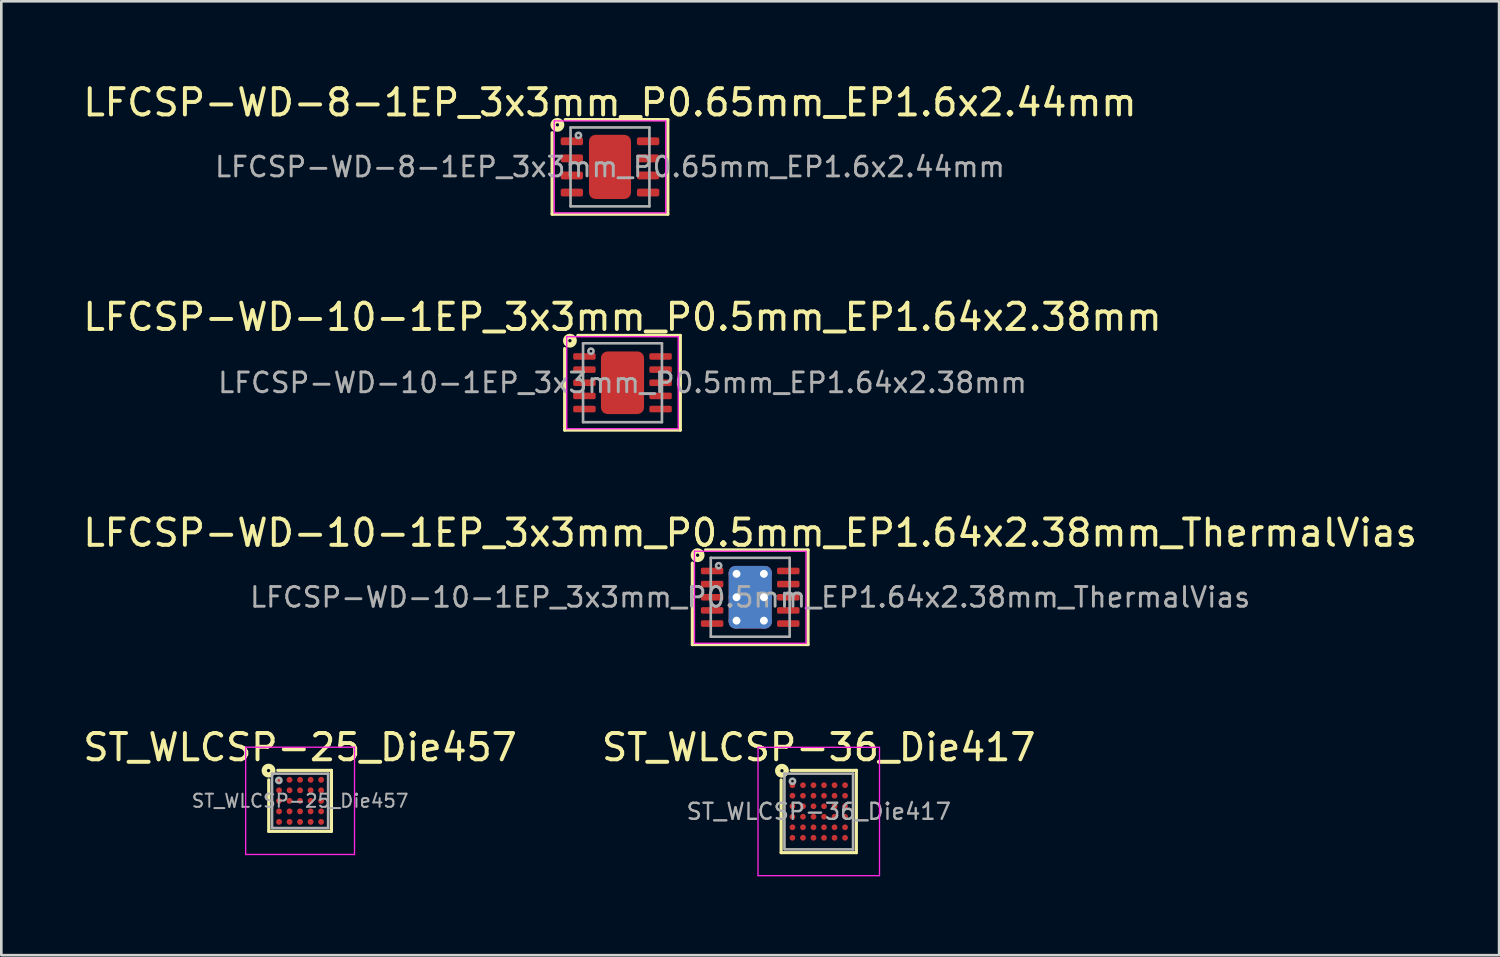
<source format=kicad_pcb>
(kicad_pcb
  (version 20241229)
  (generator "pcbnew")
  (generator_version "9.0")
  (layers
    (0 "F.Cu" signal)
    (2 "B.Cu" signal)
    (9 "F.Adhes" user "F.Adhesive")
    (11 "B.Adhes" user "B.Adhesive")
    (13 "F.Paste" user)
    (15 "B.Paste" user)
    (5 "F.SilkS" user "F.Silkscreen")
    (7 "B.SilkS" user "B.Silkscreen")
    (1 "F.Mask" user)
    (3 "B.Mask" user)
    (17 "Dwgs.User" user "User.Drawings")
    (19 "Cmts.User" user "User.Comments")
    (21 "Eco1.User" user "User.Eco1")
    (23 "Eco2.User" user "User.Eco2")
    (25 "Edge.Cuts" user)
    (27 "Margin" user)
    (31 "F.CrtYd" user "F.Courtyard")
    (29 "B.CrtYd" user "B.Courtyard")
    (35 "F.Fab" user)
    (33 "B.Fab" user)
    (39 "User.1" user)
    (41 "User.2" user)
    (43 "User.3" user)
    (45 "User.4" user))
  (footprint "LFCSP-WD-10-1EP_3x3mm_P0.5mm_EP1.64x2.38mm_ThermalVias"
    (layer "F.Cu")
    (at 25.482 19.665)
    (property "Reference" "LFCSP-WD-10-1EP_3x3mm_P0.5mm_EP1.64x2.38mm_ThermalVias" (at 0 -2.45 0) (layer "F.SilkS") (effects (font (size 1 1) (thickness 0.15))))
    (attr smd)
    (fp_line (start -2.2 1.8) (end -2.2 -1.3) (stroke (width 0.12) (type solid)) (layer "F.SilkS"))
    (fp_line (start 2.2 -1.8) (end -1.7 -1.8) (stroke (width 0.12) (type solid)) (layer "F.SilkS"))
    (fp_line (start 2.2 -1.8) (end 2.2 1.8) (stroke (width 0.12) (type solid)) (layer "F.SilkS"))
    (fp_line (start 2.2 1.8) (end -2.2 1.8) (stroke (width 0.12) (type solid)) (layer "F.SilkS"))
    (fp_circle (center -2 -1.6) (end -1.937 -1.6) (stroke (width 0.2) (type solid)) (fill no) (layer "F.SilkS"))
    (fp_line (start -2.12 -1.75) (end -2.12 1.75) (stroke (width 0.05) (type solid)) (layer "F.CrtYd"))
    (fp_line (start -2.12 1.75) (end 2.12 1.75) (stroke (width 0.05) (type solid)) (layer "F.CrtYd"))
    (fp_line (start 2.12 -1.75) (end -2.12 -1.75) (stroke (width 0.05) (type solid)) (layer "F.CrtYd"))
    (fp_line (start 2.12 1.75) (end 2.12 -1.75) (stroke (width 0.05) (type solid)) (layer "F.CrtYd"))
    (fp_line (start -1.5 -1.5) (end 1.5 -1.5) (stroke (width 0.1) (type solid)) (layer "F.Fab"))
    (fp_line (start -1.5 1.5) (end -1.5 -1.5) (stroke (width 0.1) (type solid)) (layer "F.Fab"))
    (fp_line (start 1.5 -1.5) (end 1.5 1.5) (stroke (width 0.1) (type solid)) (layer "F.Fab"))
    (fp_line (start 1.5 1.5) (end -1.5 1.5) (stroke (width 0.1) (type solid)) (layer "F.Fab"))
    (fp_circle (center -1.2 -1.2) (end -1.1 -1.2) (stroke (width 0.1) (type solid)) (fill no) (layer "F.Fab"))
    (fp_text user "${REFERENCE}" (at 0 0 0) (layer "F.Fab") (effects (font (size 0.75 0.75) (thickness 0.11))))
    (pad "" smd roundrect (at -0.41 -0.79) (size 0.71 0.69) (layers "F.Paste") (roundrect_rratio 0.25))
    (pad "" smd roundrect (at -0.41 0) (size 0.71 0.69) (layers "F.Paste") (roundrect_rratio 0.25))
    (pad "" smd roundrect (at -0.41 0.79) (size 0.71 0.69) (layers "F.Paste") (roundrect_rratio 0.25))
    (pad "" smd roundrect (at 0.41 -0.79) (size 0.71 0.69) (layers "F.Paste") (roundrect_rratio 0.25))
    (pad "" smd roundrect (at 0.41 0) (size 0.71 0.69) (layers "F.Paste") (roundrect_rratio 0.25))
    (pad "" smd roundrect (at 0.41 0.79) (size 0.71 0.69) (layers "F.Paste") (roundrect_rratio 0.25))
    (pad "1" smd roundrect (at -1.448 -1) (size 0.855 0.25) (layers "F.Cu" "F.Mask" "F.Paste") (roundrect_rratio 0.25))
    (pad "2" smd roundrect (at -1.448 -0.5) (size 0.855 0.25) (layers "F.Cu" "F.Mask" "F.Paste") (roundrect_rratio 0.25))
    (pad "3" smd roundrect (at -1.448 0) (size 0.855 0.25) (layers "F.Cu" "F.Mask" "F.Paste") (roundrect_rratio 0.25))
    (pad "4" smd roundrect (at -1.448 0.5) (size 0.855 0.25) (layers "F.Cu" "F.Mask" "F.Paste") (roundrect_rratio 0.25))
    (pad "5" smd roundrect (at -1.448 1) (size 0.855 0.25) (layers "F.Cu" "F.Mask" "F.Paste") (roundrect_rratio 0.25))
    (pad "6" smd roundrect (at 1.448 1) (size 0.855 0.25) (layers "F.Cu" "F.Mask" "F.Paste") (roundrect_rratio 0.25))
    (pad "7" smd roundrect (at 1.448 0.5) (size 0.855 0.25) (layers "F.Cu" "F.Mask" "F.Paste") (roundrect_rratio 0.25))
    (pad "8" smd roundrect (at 1.448 0) (size 0.855 0.25) (layers "F.Cu" "F.Mask" "F.Paste") (roundrect_rratio 0.25))
    (pad "9" smd roundrect (at 1.448 -0.5) (size 0.855 0.25) (layers "F.Cu" "F.Mask" "F.Paste") (roundrect_rratio 0.25))
    (pad "10" smd roundrect (at 1.448 -1) (size 0.855 0.25) (layers "F.Cu" "F.Mask" "F.Paste") (roundrect_rratio 0.25))
    (pad "11" thru_hole circle (at -0.52 -0.89) (size 0.6 0.6) (drill 0.3) (property pad_prop_heatsink) (layers "*.Cu"))
    (pad "11" thru_hole circle (at -0.52 0) (size 0.6 0.6) (drill 0.3) (property pad_prop_heatsink) (layers "*.Cu"))
    (pad "11" thru_hole circle (at -0.52 0.89) (size 0.6 0.6) (drill 0.3) (property pad_prop_heatsink) (layers "*.Cu"))
    (pad "11" smd roundrect (at 0 0) (size 1.64 2.38) (layers "F.Cu" "F.Mask") (roundrect_rratio 0.152))
    (pad "11" smd roundrect (at 0 0) (size 1.64 2.38) (layers "B.Cu" "B.Mask") (roundrect_rratio 0.152))
    (pad "11" thru_hole circle (at 0.52 -0.89) (size 0.6 0.6) (drill 0.3) (property pad_prop_heatsink) (layers "*.Cu"))
    (pad "11" thru_hole circle (at 0.52 0) (size 0.6 0.6) (drill 0.3) (property pad_prop_heatsink) (layers "*.Cu"))
    (pad "11" thru_hole circle (at 0.52 0.89) (size 0.6 0.6) (drill 0.3) (property pad_prop_heatsink) (layers "*.Cu")))
  (footprint "LFCSP-WD-10-1EP_3x3mm_P0.5mm_EP1.64x2.38mm"
    (layer "F.Cu")
    (at 20.625 11.507)
    (property "Reference" "LFCSP-WD-10-1EP_3x3mm_P0.5mm_EP1.64x2.38mm" (at 0 -2.5 0) (layer "F.SilkS") (effects (font (size 1 1) (thickness 0.15))))
    (attr smd)
    (fp_line (start -2.2 1.8) (end -2.2 -1.3) (stroke (width 0.12) (type solid)) (layer "F.SilkS"))
    (fp_line (start 2.2 -1.8) (end -1.7 -1.8) (stroke (width 0.12) (type solid)) (layer "F.SilkS"))
    (fp_line (start 2.2 -1.8) (end 2.2 1.8) (stroke (width 0.12) (type solid)) (layer "F.SilkS"))
    (fp_line (start 2.2 1.8) (end -2.2 1.8) (stroke (width 0.12) (type solid)) (layer "F.SilkS"))
    (fp_circle (center -2 -1.6) (end -1.937 -1.6) (stroke (width 0.2) (type solid)) (fill no) (layer "F.SilkS"))
    (fp_line (start -2.12 -1.75) (end -2.12 1.75) (stroke (width 0.05) (type solid)) (layer "F.CrtYd"))
    (fp_line (start -2.12 1.75) (end 2.12 1.75) (stroke (width 0.05) (type solid)) (layer "F.CrtYd"))
    (fp_line (start 2.12 -1.75) (end -2.12 -1.75) (stroke (width 0.05) (type solid)) (layer "F.CrtYd"))
    (fp_line (start 2.12 1.75) (end 2.12 -1.75) (stroke (width 0.05) (type solid)) (layer "F.CrtYd"))
    (fp_line (start -1.5 -1.5) (end 1.5 -1.5) (stroke (width 0.1) (type solid)) (layer "F.Fab"))
    (fp_line (start -1.5 1.5) (end -1.5 -1.5) (stroke (width 0.1) (type solid)) (layer "F.Fab"))
    (fp_line (start 1.5 -1.5) (end 1.5 1.5) (stroke (width 0.1) (type solid)) (layer "F.Fab"))
    (fp_line (start 1.5 1.5) (end -1.5 1.5) (stroke (width 0.1) (type solid)) (layer "F.Fab"))
    (fp_circle (center -1.2 -1.2) (end -1.1 -1.2) (stroke (width 0.1) (type solid)) (fill no) (layer "F.Fab"))
    (fp_text user "${REFERENCE}" (at 0 0 0) (layer "F.Fab") (effects (font (size 0.75 0.75) (thickness 0.11))))
    (pad "" smd roundrect (at -0.41 -0.79) (size 0.66 0.64) (layers "F.Paste") (roundrect_rratio 0.25))
    (pad "" smd roundrect (at -0.41 0) (size 0.66 0.64) (layers "F.Paste") (roundrect_rratio 0.25))
    (pad "" smd roundrect (at -0.41 0.79) (size 0.66 0.64) (layers "F.Paste") (roundrect_rratio 0.25))
    (pad "" smd roundrect (at 0.41 -0.79) (size 0.66 0.64) (layers "F.Paste") (roundrect_rratio 0.25))
    (pad "" smd roundrect (at 0.41 0) (size 0.66 0.64) (layers "F.Paste") (roundrect_rratio 0.25))
    (pad "" smd roundrect (at 0.41 0.79) (size 0.66 0.64) (layers "F.Paste") (roundrect_rratio 0.25))
    (pad "1" smd roundrect (at -1.448 -1) (size 0.855 0.25) (layers "F.Cu" "F.Mask" "F.Paste") (roundrect_rratio 0.25))
    (pad "2" smd roundrect (at -1.448 -0.5) (size 0.855 0.25) (layers "F.Cu" "F.Mask" "F.Paste") (roundrect_rratio 0.25))
    (pad "3" smd roundrect (at -1.448 0) (size 0.855 0.25) (layers "F.Cu" "F.Mask" "F.Paste") (roundrect_rratio 0.25))
    (pad "4" smd roundrect (at -1.448 0.5) (size 0.855 0.25) (layers "F.Cu" "F.Mask" "F.Paste") (roundrect_rratio 0.25))
    (pad "5" smd roundrect (at -1.448 1) (size 0.855 0.25) (layers "F.Cu" "F.Mask" "F.Paste") (roundrect_rratio 0.25))
    (pad "6" smd roundrect (at 1.448 1) (size 0.855 0.25) (layers "F.Cu" "F.Mask" "F.Paste") (roundrect_rratio 0.25))
    (pad "7" smd roundrect (at 1.448 0.5) (size 0.855 0.25) (layers "F.Cu" "F.Mask" "F.Paste") (roundrect_rratio 0.25))
    (pad "8" smd roundrect (at 1.448 0) (size 0.855 0.25) (layers "F.Cu" "F.Mask" "F.Paste") (roundrect_rratio 0.25))
    (pad "9" smd roundrect (at 1.448 -0.5) (size 0.855 0.25) (layers "F.Cu" "F.Mask" "F.Paste") (roundrect_rratio 0.25))
    (pad "10" smd roundrect (at 1.448 -1) (size 0.855 0.25) (layers "F.Cu" "F.Mask" "F.Paste") (roundrect_rratio 0.25))
    (pad "11" smd roundrect (at 0 0) (size 1.64 2.38) (layers "F.Cu" "F.Mask") (roundrect_rratio 0.152)))
  (footprint "LFCSP-WD-8-1EP_3x3mm_P0.65mm_EP1.6x2.44mm"
    (layer "F.Cu")
    (at 20.149 3.298)
    (property "Reference" "LFCSP-WD-8-1EP_3x3mm_P0.65mm_EP1.6x2.44mm" (at 0 -2.45 0) (layer "F.SilkS") (effects (font (size 1 1) (thickness 0.15))))
    (attr smd)
    (fp_line (start -2.2 1.8) (end -2.2 -1.3) (stroke (width 0.12) (type solid)) (layer "F.SilkS"))
    (fp_line (start 2.2 -1.8) (end -1.7 -1.8) (stroke (width 0.12) (type solid)) (layer "F.SilkS"))
    (fp_line (start 2.2 -1.8) (end 2.2 1.8) (stroke (width 0.12) (type solid)) (layer "F.SilkS"))
    (fp_line (start 2.2 1.8) (end -2.2 1.8) (stroke (width 0.12) (type solid)) (layer "F.SilkS"))
    (fp_circle (center -2 -1.6) (end -1.937 -1.6) (stroke (width 0.2) (type solid)) (fill no) (layer "F.SilkS"))
    (fp_line (start -2.12 -1.75) (end -2.12 1.75) (stroke (width 0.05) (type solid)) (layer "F.CrtYd"))
    (fp_line (start -2.12 1.75) (end 2.12 1.75) (stroke (width 0.05) (type solid)) (layer "F.CrtYd"))
    (fp_line (start 2.12 -1.75) (end -2.12 -1.75) (stroke (width 0.05) (type solid)) (layer "F.CrtYd"))
    (fp_line (start 2.12 1.75) (end 2.12 -1.75) (stroke (width 0.05) (type solid)) (layer "F.CrtYd"))
    (fp_line (start -1.5 -1.5) (end 1.5 -1.5) (stroke (width 0.1) (type solid)) (layer "F.Fab"))
    (fp_line (start -1.5 1.5) (end -1.5 -1.5) (stroke (width 0.1) (type solid)) (layer "F.Fab"))
    (fp_line (start 1.5 -1.5) (end 1.5 1.5) (stroke (width 0.1) (type solid)) (layer "F.Fab"))
    (fp_line (start 1.5 1.5) (end -1.5 1.5) (stroke (width 0.1) (type solid)) (layer "F.Fab"))
    (fp_circle (center -1.2 -1.2) (end -1.1 -1.2) (stroke (width 0.1) (type solid)) (fill no) (layer "F.Fab"))
    (fp_text user "${REFERENCE}" (at 0 0 0) (layer "F.Fab") (effects (font (size 0.75 0.75) (thickness 0.11))))
    (pad "" smd roundrect (at -0.4 -0.81) (size 0.64 0.66) (layers "F.Paste") (roundrect_rratio 0.25))
    (pad "" smd roundrect (at -0.4 0) (size 0.64 0.66) (layers "F.Paste") (roundrect_rratio 0.25))
    (pad "" smd roundrect (at -0.4 0.81) (size 0.64 0.66) (layers "F.Paste") (roundrect_rratio 0.25))
    (pad "" smd roundrect (at 0.4 -0.81) (size 0.64 0.66) (layers "F.Paste") (roundrect_rratio 0.25))
    (pad "" smd roundrect (at 0.4 0) (size 0.64 0.66) (layers "F.Paste") (roundrect_rratio 0.25))
    (pad "" smd roundrect (at 0.4 0.81) (size 0.64 0.66) (layers "F.Paste") (roundrect_rratio 0.25))
    (pad "1" smd roundrect (at -1.45 -0.975) (size 0.85 0.3) (layers "F.Cu" "F.Mask" "F.Paste") (roundrect_rratio 0.25))
    (pad "2" smd roundrect (at -1.45 -0.325) (size 0.85 0.3) (layers "F.Cu" "F.Mask" "F.Paste") (roundrect_rratio 0.25))
    (pad "3" smd roundrect (at -1.45 0.325) (size 0.85 0.3) (layers "F.Cu" "F.Mask" "F.Paste") (roundrect_rratio 0.25))
    (pad "4" smd roundrect (at -1.45 0.975) (size 0.85 0.3) (layers "F.Cu" "F.Mask" "F.Paste") (roundrect_rratio 0.25))
    (pad "5" smd roundrect (at 1.45 0.975) (size 0.85 0.3) (layers "F.Cu" "F.Mask" "F.Paste") (roundrect_rratio 0.25))
    (pad "6" smd roundrect (at 1.45 0.325) (size 0.85 0.3) (layers "F.Cu" "F.Mask" "F.Paste") (roundrect_rratio 0.25))
    (pad "7" smd roundrect (at 1.45 -0.325) (size 0.85 0.3) (layers "F.Cu" "F.Mask" "F.Paste") (roundrect_rratio 0.25))
    (pad "8" smd roundrect (at 1.45 -0.975) (size 0.85 0.3) (layers "F.Cu" "F.Mask" "F.Paste") (roundrect_rratio 0.25))
    (pad "9" smd roundrect (at 0 0) (size 1.6 2.44) (layers "F.Cu" "F.Mask") (roundrect_rratio 0.156)))
  (footprint "ST_WLCSP-25_Die457"
    (layer "F.Cu")
    (at 8.363 27.408)
    (property "Reference" "ST_WLCSP-25_Die457" (at 0 -2.035 0) (layer "F.SilkS") (effects (font (size 1 1) (thickness 0.15))))
    (attr smd)
    (fp_line (start -1.192 1.16) (end -1.192 -0.8) (stroke (width 0.12) (type solid)) (layer "F.SilkS"))
    (fp_line (start -0.85 -1.16) (end 1.192 -1.16) (stroke (width 0.12) (type solid)) (layer "F.SilkS"))
    (fp_line (start 1.192 -1.16) (end 1.192 1.16) (stroke (width 0.12) (type solid)) (layer "F.SilkS"))
    (fp_line (start 1.192 1.16) (end -1.192 1.16) (stroke (width 0.12) (type solid)) (layer "F.SilkS"))
    (fp_circle (center -1.2 -1.15) (end -1.137 -1.15) (stroke (width 0.2) (type solid)) (fill no) (layer "F.SilkS"))
    (fp_line (start -2.07 -2.04) (end -2.07 2.04) (stroke (width 0.05) (type solid)) (layer "F.CrtYd"))
    (fp_line (start -2.07 2.04) (end 2.07 2.04) (stroke (width 0.05) (type solid)) (layer "F.CrtYd"))
    (fp_line (start 2.07 -2.04) (end -2.07 -2.04) (stroke (width 0.05) (type solid)) (layer "F.CrtYd"))
    (fp_line (start 2.07 2.04) (end 2.07 -2.04) (stroke (width 0.05) (type solid)) (layer "F.CrtYd"))
    (fp_line (start -1.067 1.035) (end -1.067 -1.03) (stroke (width 0.1) (type solid)) (layer "F.Fab"))
    (fp_line (start -1.06 -1.035) (end 1.067 -1.035) (stroke (width 0.1) (type solid)) (layer "F.Fab"))
    (fp_line (start 1.067 -1.035) (end 1.067 1.035) (stroke (width 0.1) (type solid)) (layer "F.Fab"))
    (fp_line (start 1.067 1.035) (end -1.067 1.035) (stroke (width 0.1) (type solid)) (layer "F.Fab"))
    (fp_circle (center -0.808 -0.776) (end -0.708 -0.776) (stroke (width 0.1) (type solid)) (fill no) (layer "F.Fab"))
    (fp_text user "${REFERENCE}" (at 0 0 0) (layer "F.Fab") (effects (font (size 0.5 0.5) (thickness 0.075))))
    (pad "A1" smd circle (at -0.8 -0.8) (size 0.225 0.225) (layers "F.Cu" "F.Mask" "F.Paste"))
    (pad "A2" smd circle (at -0.4 -0.8) (size 0.225 0.225) (layers "F.Cu" "F.Mask" "F.Paste"))
    (pad "A3" smd circle (at 0 -0.8) (size 0.225 0.225) (layers "F.Cu" "F.Mask" "F.Paste"))
    (pad "A4" smd circle (at 0.4 -0.8) (size 0.225 0.225) (layers "F.Cu" "F.Mask" "F.Paste"))
    (pad "A5" smd circle (at 0.8 -0.8) (size 0.225 0.225) (layers "F.Cu" "F.Mask" "F.Paste"))
    (pad "B1" smd circle (at -0.8 -0.4) (size 0.225 0.225) (layers "F.Cu" "F.Mask" "F.Paste"))
    (pad "B2" smd circle (at -0.4 -0.4) (size 0.225 0.225) (layers "F.Cu" "F.Mask" "F.Paste"))
    (pad "B3" smd circle (at 0 -0.4) (size 0.225 0.225) (layers "F.Cu" "F.Mask" "F.Paste"))
    (pad "B4" smd circle (at 0.4 -0.4) (size 0.225 0.225) (layers "F.Cu" "F.Mask" "F.Paste"))
    (pad "B5" smd circle (at 0.8 -0.4) (size 0.225 0.225) (layers "F.Cu" "F.Mask" "F.Paste"))
    (pad "C1" smd circle (at -0.8 0) (size 0.225 0.225) (layers "F.Cu" "F.Mask" "F.Paste"))
    (pad "C2" smd circle (at -0.4 0) (size 0.225 0.225) (layers "F.Cu" "F.Mask" "F.Paste"))
    (pad "C3" smd circle (at 0 0) (size 0.225 0.225) (layers "F.Cu" "F.Mask" "F.Paste"))
    (pad "C4" smd circle (at 0.4 0) (size 0.225 0.225) (layers "F.Cu" "F.Mask" "F.Paste"))
    (pad "C5" smd circle (at 0.8 0) (size 0.225 0.225) (layers "F.Cu" "F.Mask" "F.Paste"))
    (pad "D1" smd circle (at -0.8 0.4) (size 0.225 0.225) (layers "F.Cu" "F.Mask" "F.Paste"))
    (pad "D2" smd circle (at -0.4 0.4) (size 0.225 0.225) (layers "F.Cu" "F.Mask" "F.Paste"))
    (pad "D3" smd circle (at 0 0.4) (size 0.225 0.225) (layers "F.Cu" "F.Mask" "F.Paste"))
    (pad "D4" smd circle (at 0.4 0.4) (size 0.225 0.225) (layers "F.Cu" "F.Mask" "F.Paste"))
    (pad "D5" smd circle (at 0.8 0.4) (size 0.225 0.225) (layers "F.Cu" "F.Mask" "F.Paste"))
    (pad "E1" smd circle (at -0.8 0.8) (size 0.225 0.225) (layers "F.Cu" "F.Mask" "F.Paste"))
    (pad "E2" smd circle (at -0.4 0.8) (size 0.225 0.225) (layers "F.Cu" "F.Mask" "F.Paste"))
    (pad "E3" smd circle (at 0 0.8) (size 0.225 0.225) (layers "F.Cu" "F.Mask" "F.Paste"))
    (pad "E4" smd circle (at 0.4 0.8) (size 0.225 0.225) (layers "F.Cu" "F.Mask" "F.Paste"))
    (pad "E5" smd circle (at 0.8 0.8) (size 0.225 0.225) (layers "F.Cu" "F.Mask" "F.Paste")))
  (footprint "ST_WLCSP-36_Die417"
    (layer "F.Cu")
    (at 28.089 27.813)
    (property "Reference" "ST_WLCSP-36_Die417" (at 0 -2.44 0) (layer "F.SilkS") (effects (font (size 1 1) (thickness 0.15))))
    (attr smd)
    (fp_line (start -1.43 1.565) (end -1.43 -1.2) (stroke (width 0.12) (type solid)) (layer "F.SilkS"))
    (fp_line (start -1.05 -1.565) (end 1.43 -1.565) (stroke (width 0.12) (type solid)) (layer "F.SilkS"))
    (fp_line (start 1.43 -1.565) (end 1.43 1.565) (stroke (width 0.12) (type solid)) (layer "F.SilkS"))
    (fp_line (start 1.43 1.565) (end -1.43 1.565) (stroke (width 0.12) (type solid)) (layer "F.SilkS"))
    (fp_circle (center -1.4 -1.55) (end -1.337 -1.55) (stroke (width 0.2) (type solid)) (fill no) (layer "F.SilkS"))
    (fp_line (start -2.31 -2.44) (end -2.31 2.44) (stroke (width 0.05) (type solid)) (layer "F.CrtYd"))
    (fp_line (start -2.31 2.44) (end 2.31 2.44) (stroke (width 0.05) (type solid)) (layer "F.CrtYd"))
    (fp_line (start 2.31 -2.44) (end -2.31 -2.44) (stroke (width 0.05) (type solid)) (layer "F.CrtYd"))
    (fp_line (start 2.31 2.44) (end 2.31 -2.44) (stroke (width 0.05) (type solid)) (layer "F.CrtYd"))
    (fp_line (start -1.305 -1.44) (end 1.305 -1.44) (stroke (width 0.1) (type solid)) (layer "F.Fab"))
    (fp_line (start -1.305 1.4) (end -1.305 -1.44) (stroke (width 0.1) (type solid)) (layer "F.Fab"))
    (fp_line (start 1.305 -1.44) (end 1.305 1.44) (stroke (width 0.1) (type solid)) (layer "F.Fab"))
    (fp_line (start 1.305 1.44) (end -1.305 1.44) (stroke (width 0.1) (type solid)) (layer "F.Fab"))
    (fp_circle (center -1 -1.15) (end -0.9 -1.15) (stroke (width 0.1) (type solid)) (fill no) (layer "F.Fab"))
    (fp_text user "${REFERENCE}" (at 0 0 0) (layer "F.Fab") (effects (font (size 0.61 0.61) (thickness 0.091))))
    (pad "A1" smd circle (at -1 -1) (size 0.22 0.22) (layers "F.Cu" "F.Mask" "F.Paste"))
    (pad "A2" smd circle (at -0.6 -1) (size 0.22 0.22) (layers "F.Cu" "F.Mask" "F.Paste"))
    (pad "A3" smd circle (at -0.2 -1) (size 0.22 0.22) (layers "F.Cu" "F.Mask" "F.Paste"))
    (pad "A4" smd circle (at 0.2 -1) (size 0.22 0.22) (layers "F.Cu" "F.Mask" "F.Paste"))
    (pad "A5" smd circle (at 0.6 -1) (size 0.22 0.22) (layers "F.Cu" "F.Mask" "F.Paste"))
    (pad "A6" smd circle (at 1 -1) (size 0.22 0.22) (layers "F.Cu" "F.Mask" "F.Paste"))
    (pad "B1" smd circle (at -1 -0.6) (size 0.22 0.22) (layers "F.Cu" "F.Mask" "F.Paste"))
    (pad "B2" smd circle (at -0.6 -0.6) (size 0.22 0.22) (layers "F.Cu" "F.Mask" "F.Paste"))
    (pad "B3" smd circle (at -0.2 -0.6) (size 0.22 0.22) (layers "F.Cu" "F.Mask" "F.Paste"))
    (pad "B4" smd circle (at 0.2 -0.6) (size 0.22 0.22) (layers "F.Cu" "F.Mask" "F.Paste"))
    (pad "B5" smd circle (at 0.6 -0.6) (size 0.22 0.22) (layers "F.Cu" "F.Mask" "F.Paste"))
    (pad "B6" smd circle (at 1 -0.6) (size 0.22 0.22) (layers "F.Cu" "F.Mask" "F.Paste"))
    (pad "C1" smd circle (at -1 -0.2) (size 0.22 0.22) (layers "F.Cu" "F.Mask" "F.Paste"))
    (pad "C2" smd circle (at -0.6 -0.2) (size 0.22 0.22) (layers "F.Cu" "F.Mask" "F.Paste"))
    (pad "C3" smd circle (at -0.2 -0.2) (size 0.22 0.22) (layers "F.Cu" "F.Mask" "F.Paste"))
    (pad "C4" smd circle (at 0.2 -0.2) (size 0.22 0.22) (layers "F.Cu" "F.Mask" "F.Paste"))
    (pad "C5" smd circle (at 0.6 -0.2) (size 0.22 0.22) (layers "F.Cu" "F.Mask" "F.Paste"))
    (pad "C6" smd circle (at 1 -0.2) (size 0.22 0.22) (layers "F.Cu" "F.Mask" "F.Paste"))
    (pad "D1" smd circle (at -1 0.2) (size 0.22 0.22) (layers "F.Cu" "F.Mask" "F.Paste"))
    (pad "D2" smd circle (at -0.6 0.2) (size 0.22 0.22) (layers "F.Cu" "F.Mask" "F.Paste"))
    (pad "D3" smd circle (at -0.2 0.2) (size 0.22 0.22) (layers "F.Cu" "F.Mask" "F.Paste"))
    (pad "D4" smd circle (at 0.2 0.2) (size 0.22 0.22) (layers "F.Cu" "F.Mask" "F.Paste"))
    (pad "D5" smd circle (at 0.6 0.2) (size 0.22 0.22) (layers "F.Cu" "F.Mask" "F.Paste"))
    (pad "D6" smd circle (at 1 0.2) (size 0.22 0.22) (layers "F.Cu" "F.Mask" "F.Paste"))
    (pad "E1" smd circle (at -1 0.6) (size 0.22 0.22) (layers "F.Cu" "F.Mask" "F.Paste"))
    (pad "E2" smd circle (at -0.6 0.6) (size 0.22 0.22) (layers "F.Cu" "F.Mask" "F.Paste"))
    (pad "E3" smd circle (at -0.2 0.6) (size 0.22 0.22) (layers "F.Cu" "F.Mask" "F.Paste"))
    (pad "E4" smd circle (at 0.2 0.6) (size 0.22 0.22) (layers "F.Cu" "F.Mask" "F.Paste"))
    (pad "E5" smd circle (at 0.6 0.6) (size 0.22 0.22) (layers "F.Cu" "F.Mask" "F.Paste"))
    (pad "E6" smd circle (at 1 0.6) (size 0.22 0.22) (layers "F.Cu" "F.Mask" "F.Paste"))
    (pad "F1" smd circle (at -1 1) (size 0.22 0.22) (layers "F.Cu" "F.Mask" "F.Paste"))
    (pad "F2" smd circle (at -0.6 1) (size 0.22 0.22) (layers "F.Cu" "F.Mask" "F.Paste"))
    (pad "F3" smd circle (at -0.2 1) (size 0.22 0.22) (layers "F.Cu" "F.Mask" "F.Paste"))
    (pad "F4" smd circle (at 0.2 1) (size 0.22 0.22) (layers "F.Cu" "F.Mask" "F.Paste"))
    (pad "F5" smd circle (at 0.6 1) (size 0.22 0.22) (layers "F.Cu" "F.Mask" "F.Paste"))
    (pad "F6" smd circle (at 1 1) (size 0.22 0.22) (layers "F.Cu" "F.Mask" "F.Paste")))
  (gr_rect
    (start -3 -3)
    (end 53.964 33.278)
    (stroke (width 0.1) (type default))
    (fill no)
    (layer "Edge.Cuts")))
</source>
